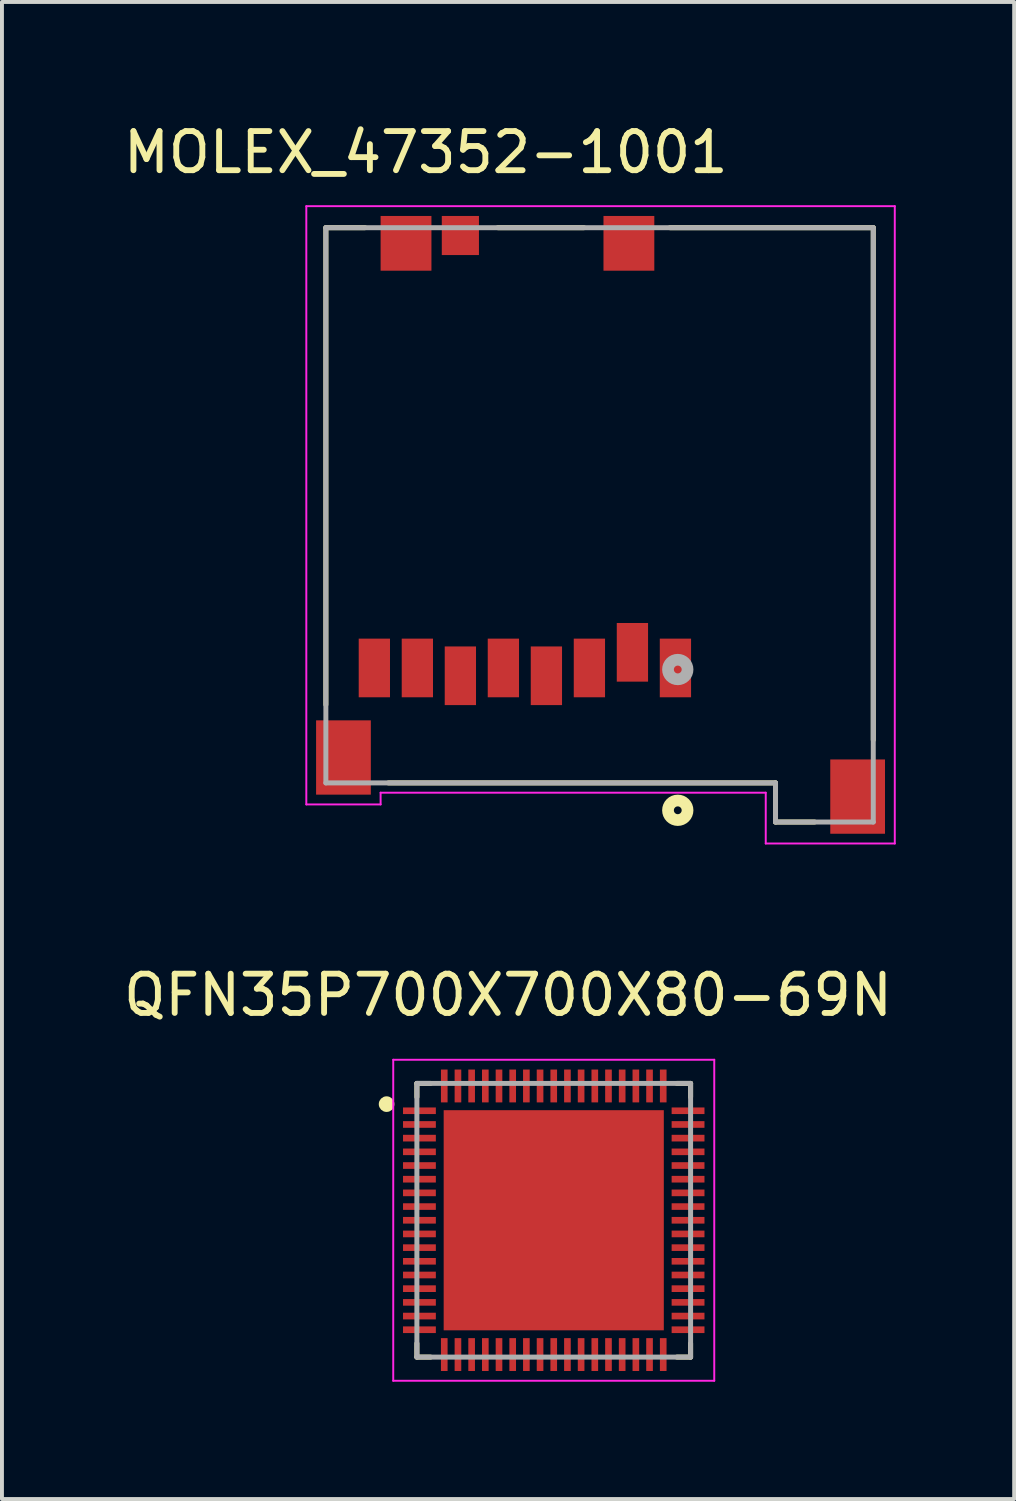
<source format=kicad_pcb>
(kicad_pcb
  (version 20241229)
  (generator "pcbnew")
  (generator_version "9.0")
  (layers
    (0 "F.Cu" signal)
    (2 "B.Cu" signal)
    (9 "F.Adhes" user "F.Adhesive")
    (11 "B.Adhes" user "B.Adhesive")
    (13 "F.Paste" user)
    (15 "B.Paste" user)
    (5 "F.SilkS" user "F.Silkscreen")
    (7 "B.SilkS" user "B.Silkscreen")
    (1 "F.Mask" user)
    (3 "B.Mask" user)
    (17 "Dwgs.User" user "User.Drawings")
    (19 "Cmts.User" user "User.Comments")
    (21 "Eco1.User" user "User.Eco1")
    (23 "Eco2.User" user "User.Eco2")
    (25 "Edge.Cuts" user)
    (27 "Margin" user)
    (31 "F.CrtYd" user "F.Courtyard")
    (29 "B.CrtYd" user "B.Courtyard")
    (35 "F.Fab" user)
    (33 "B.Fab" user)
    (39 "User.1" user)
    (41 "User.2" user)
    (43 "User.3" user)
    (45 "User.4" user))
  (footprint "MOLEX_47352-1001"
    (layer "F.Cu")
    (at 12.284 10.373)
    (property "Reference" "MOLEX_47352-1001" (at -4.445 -9.525 0) (layer "F.SilkS") (effects (font (size 1 1) (thickness 0.15))))
    (attr through_hole)
    (fp_line (start -7 -7.6) (end -7 4.6) (stroke (width 0.127) (type solid)) (layer "F.SilkS"))
    (fp_line (start -6 -7.6) (end -7 -7.6) (stroke (width 0.127) (type solid)) (layer "F.SilkS"))
    (fp_line (start -5.4 6.6) (end 4.5 6.6) (stroke (width 0.127) (type solid)) (layer "F.SilkS"))
    (fp_line (start -2.6 -7.6) (end -0.4 -7.6) (stroke (width 0.127) (type solid)) (layer "F.SilkS"))
    (fp_line (start 4.5 6.6) (end 4.5 7.6) (stroke (width 0.127) (type solid)) (layer "F.SilkS"))
    (fp_line (start 4.5 7.6) (end 5.5 7.6) (stroke (width 0.127) (type solid)) (layer "F.SilkS"))
    (fp_line (start 7 -7.6) (end 1.8 -7.6) (stroke (width 0.127) (type solid)) (layer "F.SilkS"))
    (fp_line (start 7 5.5) (end 7 -7.6) (stroke (width 0.127) (type solid)) (layer "F.SilkS"))
    (fp_circle (center 2 7.3) (end 2.1 7.3) (stroke (width 0.3) (type solid)) (fill no) (layer "F.SilkS"))
    (fp_line (start -7.5 -8.15) (end 7.55 -8.15) (stroke (width 0.05) (type solid)) (layer "F.CrtYd"))
    (fp_line (start -7.5 7.15) (end -7.5 -8.15) (stroke (width 0.05) (type solid)) (layer "F.CrtYd"))
    (fp_line (start -5.6 6.85) (end -5.6 7.15) (stroke (width 0.05) (type solid)) (layer "F.CrtYd"))
    (fp_line (start -5.6 7.15) (end -7.5 7.15) (stroke (width 0.05) (type solid)) (layer "F.CrtYd"))
    (fp_line (start 4.25 6.85) (end -5.6 6.85) (stroke (width 0.05) (type solid)) (layer "F.CrtYd"))
    (fp_line (start 4.25 8.15) (end 4.25 6.85) (stroke (width 0.05) (type solid)) (layer "F.CrtYd"))
    (fp_line (start 7.55 -8.15) (end 7.55 8.15) (stroke (width 0.05) (type solid)) (layer "F.CrtYd"))
    (fp_line (start 7.55 8.15) (end 4.25 8.15) (stroke (width 0.05) (type solid)) (layer "F.CrtYd"))
    (fp_line (start -7 -7.6) (end 7 -7.6) (stroke (width 0.127) (type solid)) (layer "F.Fab"))
    (fp_line (start -7 6.6) (end -7 -7.6) (stroke (width 0.127) (type solid)) (layer "F.Fab"))
    (fp_line (start 4.5 6.6) (end -7 6.6) (stroke (width 0.127) (type solid)) (layer "F.Fab"))
    (fp_line (start 4.5 7.6) (end 4.5 6.6) (stroke (width 0.127) (type solid)) (layer "F.Fab"))
    (fp_line (start 7 -7.6) (end 7 7.6) (stroke (width 0.127) (type solid)) (layer "F.Fab"))
    (fp_line (start 7 7.6) (end 4.5 7.6) (stroke (width 0.127) (type solid)) (layer "F.Fab"))
    (fp_circle (center 2 3.7) (end 2.1 3.7) (stroke (width 0.3) (type solid)) (fill no) (layer "F.Fab"))
    (pad "1" smd rect (at 1.94 3.66 90) (size 1.5 0.8) (layers "F.Cu" "F.Mask" "F.Paste"))
    (pad "2" smd rect (at 0.84 3.26 90) (size 1.5 0.8) (layers "F.Cu" "F.Mask" "F.Paste"))
    (pad "3" smd rect (at -0.26 3.66 90) (size 1.5 0.8) (layers "F.Cu" "F.Mask" "F.Paste"))
    (pad "4" smd rect (at -1.36 3.86 90) (size 1.5 0.8) (layers "F.Cu" "F.Mask" "F.Paste"))
    (pad "5" smd rect (at -2.46 3.66 90) (size 1.5 0.8) (layers "F.Cu" "F.Mask" "F.Paste"))
    (pad "6" smd rect (at -3.56 3.86 90) (size 1.5 0.8) (layers "F.Cu" "F.Mask" "F.Paste"))
    (pad "7" smd rect (at -4.66 3.66 90) (size 1.5 0.8) (layers "F.Cu" "F.Mask" "F.Paste"))
    (pad "8" smd rect (at -5.76 3.66 90) (size 1.5 0.8) (layers "F.Cu" "F.Mask" "F.Paste"))
    (pad "S1" smd rect (at -4.95 -7.2 180) (size 1.3 1.4) (layers "F.Cu" "F.Mask" "F.Paste"))
    (pad "S2" smd rect (at 0.75 -7.2 180) (size 1.3 1.4) (layers "F.Cu" "F.Mask" "F.Paste"))
    (pad "S3" smd rect (at -6.55 5.95 90) (size 1.9 1.4) (layers "F.Cu" "F.Mask" "F.Paste"))
    (pad "S4" smd rect (at 6.6 6.95 90) (size 1.9 1.4) (layers "F.Cu" "F.Mask" "F.Paste"))
    (pad "SW" smd rect (at -3.56 -7.4 270) (size 1 0.95) (layers "F.Cu" "F.Mask" "F.Paste")))
  (footprint "QFN35P700X700X80-69N"
    (layer "F.Cu")
    (at 11.112 28.158)
    (property "Reference" "QFN35P700X700X80-69N" (at -1.169 -5.759 0) (layer "F.SilkS") (effects (font (size 1.003 1.003) (thickness 0.15))))
    (attr through_hole)
    (fp_line (start -3.5 -3.5) (end -3.5 -3.15) (stroke (width 0.127) (type solid)) (layer "F.SilkS"))
    (fp_line (start -3.5 -3.5) (end -3.15 -3.5) (stroke (width 0.127) (type solid)) (layer "F.SilkS"))
    (fp_line (start -3.5 3.5) (end -3.5 3.15) (stroke (width 0.127) (type solid)) (layer "F.SilkS"))
    (fp_line (start -3.5 3.5) (end -3.15 3.5) (stroke (width 0.127) (type solid)) (layer "F.SilkS"))
    (fp_line (start 3.5 -3.5) (end 3.15 -3.5) (stroke (width 0.127) (type solid)) (layer "F.SilkS"))
    (fp_line (start 3.5 -3.5) (end 3.5 -3.15) (stroke (width 0.127) (type solid)) (layer "F.SilkS"))
    (fp_line (start 3.5 3.5) (end 3.15 3.5) (stroke (width 0.127) (type solid)) (layer "F.SilkS"))
    (fp_line (start 3.5 3.5) (end 3.5 3.15) (stroke (width 0.127) (type solid)) (layer "F.SilkS"))
    (fp_circle (center -4.275 -2.97) (end -4.175 -2.97) (stroke (width 0.2) (type solid)) (fill no) (layer "F.SilkS"))
    (fp_poly (pts (xy -1.41 -1.407) (xy 1.407 -1.407) (xy 1.407 1.41) (xy -1.41 1.41)) (stroke (width 0.01) (type solid)) (fill yes) (layer "F.Paste"))
    (fp_line (start -4.105 -4.105) (end 4.105 -4.105) (stroke (width 0.05) (type solid)) (layer "F.CrtYd"))
    (fp_line (start -4.105 4.105) (end -4.105 -4.105) (stroke (width 0.05) (type solid)) (layer "F.CrtYd"))
    (fp_line (start -4.105 4.105) (end 4.105 4.105) (stroke (width 0.05) (type solid)) (layer "F.CrtYd"))
    (fp_line (start 4.105 4.105) (end 4.105 -4.105) (stroke (width 0.05) (type solid)) (layer "F.CrtYd"))
    (fp_line (start -3.5 3.5) (end -3.5 -3.5) (stroke (width 0.127) (type solid)) (layer "F.Fab"))
    (fp_line (start 3.5 -3.5) (end -3.5 -3.5) (stroke (width 0.127) (type solid)) (layer "F.Fab"))
    (fp_line (start 3.5 3.5) (end -3.5 3.5) (stroke (width 0.127) (type solid)) (layer "F.Fab"))
    (fp_line (start 3.5 3.5) (end 3.5 -3.5) (stroke (width 0.127) (type solid)) (layer "F.Fab"))
    (pad "1" smd roundrect (at -3.435 -2.8) (size 0.84 0.17) (layers "F.Cu" "F.Mask" "F.Paste") (roundrect_rratio 0.02))
    (pad "2" smd roundrect (at -3.435 -2.45) (size 0.84 0.17) (layers "F.Cu" "F.Mask" "F.Paste") (roundrect_rratio 0.02))
    (pad "3" smd roundrect (at -3.435 -2.1) (size 0.84 0.17) (layers "F.Cu" "F.Mask" "F.Paste") (roundrect_rratio 0.02))
    (pad "4" smd roundrect (at -3.435 -1.75) (size 0.84 0.17) (layers "F.Cu" "F.Mask" "F.Paste") (roundrect_rratio 0.02))
    (pad "5" smd roundrect (at -3.435 -1.4) (size 0.84 0.17) (layers "F.Cu" "F.Mask" "F.Paste") (roundrect_rratio 0.02))
    (pad "6" smd roundrect (at -3.435 -1.05) (size 0.84 0.17) (layers "F.Cu" "F.Mask" "F.Paste") (roundrect_rratio 0.02))
    (pad "7" smd roundrect (at -3.435 -0.7) (size 0.84 0.17) (layers "F.Cu" "F.Mask" "F.Paste") (roundrect_rratio 0.02))
    (pad "8" smd roundrect (at -3.435 -0.35) (size 0.84 0.17) (layers "F.Cu" "F.Mask" "F.Paste") (roundrect_rratio 0.02))
    (pad "9" smd roundrect (at -3.435 0) (size 0.84 0.17) (layers "F.Cu" "F.Mask" "F.Paste") (roundrect_rratio 0.02))
    (pad "10" smd roundrect (at -3.435 0.35) (size 0.84 0.17) (layers "F.Cu" "F.Mask" "F.Paste") (roundrect_rratio 0.02))
    (pad "11" smd roundrect (at -3.435 0.7) (size 0.84 0.17) (layers "F.Cu" "F.Mask" "F.Paste") (roundrect_rratio 0.02))
    (pad "12" smd roundrect (at -3.435 1.05) (size 0.84 0.17) (layers "F.Cu" "F.Mask" "F.Paste") (roundrect_rratio 0.02))
    (pad "13" smd roundrect (at -3.435 1.4) (size 0.84 0.17) (layers "F.Cu" "F.Mask" "F.Paste") (roundrect_rratio 0.02))
    (pad "14" smd roundrect (at -3.435 1.75) (size 0.84 0.17) (layers "F.Cu" "F.Mask" "F.Paste") (roundrect_rratio 0.02))
    (pad "15" smd roundrect (at -3.435 2.1) (size 0.84 0.17) (layers "F.Cu" "F.Mask" "F.Paste") (roundrect_rratio 0.02))
    (pad "16" smd roundrect (at -3.435 2.45) (size 0.84 0.17) (layers "F.Cu" "F.Mask" "F.Paste") (roundrect_rratio 0.02))
    (pad "17" smd roundrect (at -3.435 2.8) (size 0.84 0.17) (layers "F.Cu" "F.Mask" "F.Paste") (roundrect_rratio 0.02))
    (pad "18" smd roundrect (at -2.8 3.435 90) (size 0.84 0.17) (layers "F.Cu" "F.Mask" "F.Paste") (roundrect_rratio 0.02))
    (pad "19" smd roundrect (at -2.45 3.435 90) (size 0.84 0.17) (layers "F.Cu" "F.Mask" "F.Paste") (roundrect_rratio 0.02))
    (pad "20" smd roundrect (at -2.1 3.435 90) (size 0.84 0.17) (layers "F.Cu" "F.Mask" "F.Paste") (roundrect_rratio 0.02))
    (pad "21" smd roundrect (at -1.75 3.435 90) (size 0.84 0.17) (layers "F.Cu" "F.Mask" "F.Paste") (roundrect_rratio 0.02))
    (pad "22" smd roundrect (at -1.4 3.435 90) (size 0.84 0.17) (layers "F.Cu" "F.Mask" "F.Paste") (roundrect_rratio 0.02))
    (pad "23" smd roundrect (at -1.05 3.435 90) (size 0.84 0.17) (layers "F.Cu" "F.Mask" "F.Paste") (roundrect_rratio 0.02))
    (pad "24" smd roundrect (at -0.7 3.435 90) (size 0.84 0.17) (layers "F.Cu" "F.Mask" "F.Paste") (roundrect_rratio 0.02))
    (pad "25" smd roundrect (at -0.35 3.435 90) (size 0.84 0.17) (layers "F.Cu" "F.Mask" "F.Paste") (roundrect_rratio 0.02))
    (pad "26" smd roundrect (at 0 3.435 90) (size 0.84 0.17) (layers "F.Cu" "F.Mask" "F.Paste") (roundrect_rratio 0.02))
    (pad "27" smd roundrect (at 0.35 3.435 90) (size 0.84 0.17) (layers "F.Cu" "F.Mask" "F.Paste") (roundrect_rratio 0.02))
    (pad "28" smd roundrect (at 0.7 3.435 90) (size 0.84 0.17) (layers "F.Cu" "F.Mask" "F.Paste") (roundrect_rratio 0.02))
    (pad "29" smd roundrect (at 1.05 3.435 90) (size 0.84 0.17) (layers "F.Cu" "F.Mask" "F.Paste") (roundrect_rratio 0.02))
    (pad "30" smd roundrect (at 1.4 3.435 90) (size 0.84 0.17) (layers "F.Cu" "F.Mask" "F.Paste") (roundrect_rratio 0.02))
    (pad "31" smd roundrect (at 1.75 3.435 90) (size 0.84 0.17) (layers "F.Cu" "F.Mask" "F.Paste") (roundrect_rratio 0.02))
    (pad "32" smd roundrect (at 2.1 3.435 90) (size 0.84 0.17) (layers "F.Cu" "F.Mask" "F.Paste") (roundrect_rratio 0.02))
    (pad "33" smd roundrect (at 2.45 3.435 90) (size 0.84 0.17) (layers "F.Cu" "F.Mask" "F.Paste") (roundrect_rratio 0.02))
    (pad "34" smd roundrect (at 2.8 3.435 90) (size 0.84 0.17) (layers "F.Cu" "F.Mask" "F.Paste") (roundrect_rratio 0.02))
    (pad "35" smd roundrect (at 3.435 2.8) (size 0.84 0.17) (layers "F.Cu" "F.Mask" "F.Paste") (roundrect_rratio 0.02))
    (pad "36" smd roundrect (at 3.435 2.45) (size 0.84 0.17) (layers "F.Cu" "F.Mask" "F.Paste") (roundrect_rratio 0.02))
    (pad "37" smd roundrect (at 3.435 2.1) (size 0.84 0.17) (layers "F.Cu" "F.Mask" "F.Paste") (roundrect_rratio 0.02))
    (pad "38" smd roundrect (at 3.435 1.75) (size 0.84 0.17) (layers "F.Cu" "F.Mask" "F.Paste") (roundrect_rratio 0.02))
    (pad "39" smd roundrect (at 3.435 1.4) (size 0.84 0.17) (layers "F.Cu" "F.Mask" "F.Paste") (roundrect_rratio 0.02))
    (pad "40" smd roundrect (at 3.435 1.05) (size 0.84 0.17) (layers "F.Cu" "F.Mask" "F.Paste") (roundrect_rratio 0.02))
    (pad "41" smd roundrect (at 3.435 0.7) (size 0.84 0.17) (layers "F.Cu" "F.Mask" "F.Paste") (roundrect_rratio 0.02))
    (pad "42" smd roundrect (at 3.435 0.35) (size 0.84 0.17) (layers "F.Cu" "F.Mask" "F.Paste") (roundrect_rratio 0.02))
    (pad "43" smd roundrect (at 3.435 0) (size 0.84 0.17) (layers "F.Cu" "F.Mask" "F.Paste") (roundrect_rratio 0.02))
    (pad "44" smd roundrect (at 3.435 -0.35) (size 0.84 0.17) (layers "F.Cu" "F.Mask" "F.Paste") (roundrect_rratio 0.02))
    (pad "45" smd roundrect (at 3.435 -0.7) (size 0.84 0.17) (layers "F.Cu" "F.Mask" "F.Paste") (roundrect_rratio 0.02))
    (pad "46" smd roundrect (at 3.435 -1.05) (size 0.84 0.17) (layers "F.Cu" "F.Mask" "F.Paste") (roundrect_rratio 0.02))
    (pad "47" smd roundrect (at 3.435 -1.4) (size 0.84 0.17) (layers "F.Cu" "F.Mask" "F.Paste") (roundrect_rratio 0.02))
    (pad "48" smd roundrect (at 3.435 -1.75) (size 0.84 0.17) (layers "F.Cu" "F.Mask" "F.Paste") (roundrect_rratio 0.02))
    (pad "49" smd roundrect (at 3.435 -2.1) (size 0.84 0.17) (layers "F.Cu" "F.Mask" "F.Paste") (roundrect_rratio 0.02))
    (pad "50" smd roundrect (at 3.435 -2.45) (size 0.84 0.17) (layers "F.Cu" "F.Mask" "F.Paste") (roundrect_rratio 0.02))
    (pad "51" smd roundrect (at 3.435 -2.8) (size 0.84 0.17) (layers "F.Cu" "F.Mask" "F.Paste") (roundrect_rratio 0.02))
    (pad "52" smd roundrect (at 2.8 -3.435 90) (size 0.84 0.17) (layers "F.Cu" "F.Mask" "F.Paste") (roundrect_rratio 0.02))
    (pad "53" smd roundrect (at 2.45 -3.435 90) (size 0.84 0.17) (layers "F.Cu" "F.Mask" "F.Paste") (roundrect_rratio 0.02))
    (pad "54" smd roundrect (at 2.1 -3.435 90) (size 0.84 0.17) (layers "F.Cu" "F.Mask" "F.Paste") (roundrect_rratio 0.02))
    (pad "55" smd roundrect (at 1.75 -3.435 90) (size 0.84 0.17) (layers "F.Cu" "F.Mask" "F.Paste") (roundrect_rratio 0.02))
    (pad "56" smd roundrect (at 1.4 -3.435 90) (size 0.84 0.17) (layers "F.Cu" "F.Mask" "F.Paste") (roundrect_rratio 0.02))
    (pad "57" smd roundrect (at 1.05 -3.435 90) (size 0.84 0.17) (layers "F.Cu" "F.Mask" "F.Paste") (roundrect_rratio 0.02))
    (pad "58" smd roundrect (at 0.7 -3.435 90) (size 0.84 0.17) (layers "F.Cu" "F.Mask" "F.Paste") (roundrect_rratio 0.02))
    (pad "59" smd roundrect (at 0.35 -3.435 90) (size 0.84 0.17) (layers "F.Cu" "F.Mask" "F.Paste") (roundrect_rratio 0.02))
    (pad "60" smd roundrect (at 0 -3.435 90) (size 0.84 0.17) (layers "F.Cu" "F.Mask" "F.Paste") (roundrect_rratio 0.02))
    (pad "61" smd roundrect (at -0.35 -3.435 90) (size 0.84 0.17) (layers "F.Cu" "F.Mask" "F.Paste") (roundrect_rratio 0.02))
    (pad "62" smd roundrect (at -0.7 -3.435 90) (size 0.84 0.17) (layers "F.Cu" "F.Mask" "F.Paste") (roundrect_rratio 0.02))
    (pad "63" smd roundrect (at -1.05 -3.435 90) (size 0.84 0.17) (layers "F.Cu" "F.Mask" "F.Paste") (roundrect_rratio 0.02))
    (pad "64" smd roundrect (at -1.4 -3.435 90) (size 0.84 0.17) (layers "F.Cu" "F.Mask" "F.Paste") (roundrect_rratio 0.02))
    (pad "65" smd roundrect (at -1.75 -3.435 90) (size 0.84 0.17) (layers "F.Cu" "F.Mask" "F.Paste") (roundrect_rratio 0.02))
    (pad "66" smd roundrect (at -2.1 -3.435 90) (size 0.84 0.17) (layers "F.Cu" "F.Mask" "F.Paste") (roundrect_rratio 0.02))
    (pad "67" smd roundrect (at -2.45 -3.435 90) (size 0.84 0.17) (layers "F.Cu" "F.Mask" "F.Paste") (roundrect_rratio 0.02))
    (pad "68" smd roundrect (at -2.8 -3.435 90) (size 0.84 0.17) (layers "F.Cu" "F.Mask" "F.Paste") (roundrect_rratio 0.02))
    (pad "69" smd rect (at 0 0) (size 5.63 5.63) (layers "F.Cu" "F.Mask")))
  (gr_rect
    (start -3 -3)
    (end 22.887 35.288)
    (stroke (width 0.1) (type default))
    (fill no)
    (layer "Edge.Cuts")))
</source>
